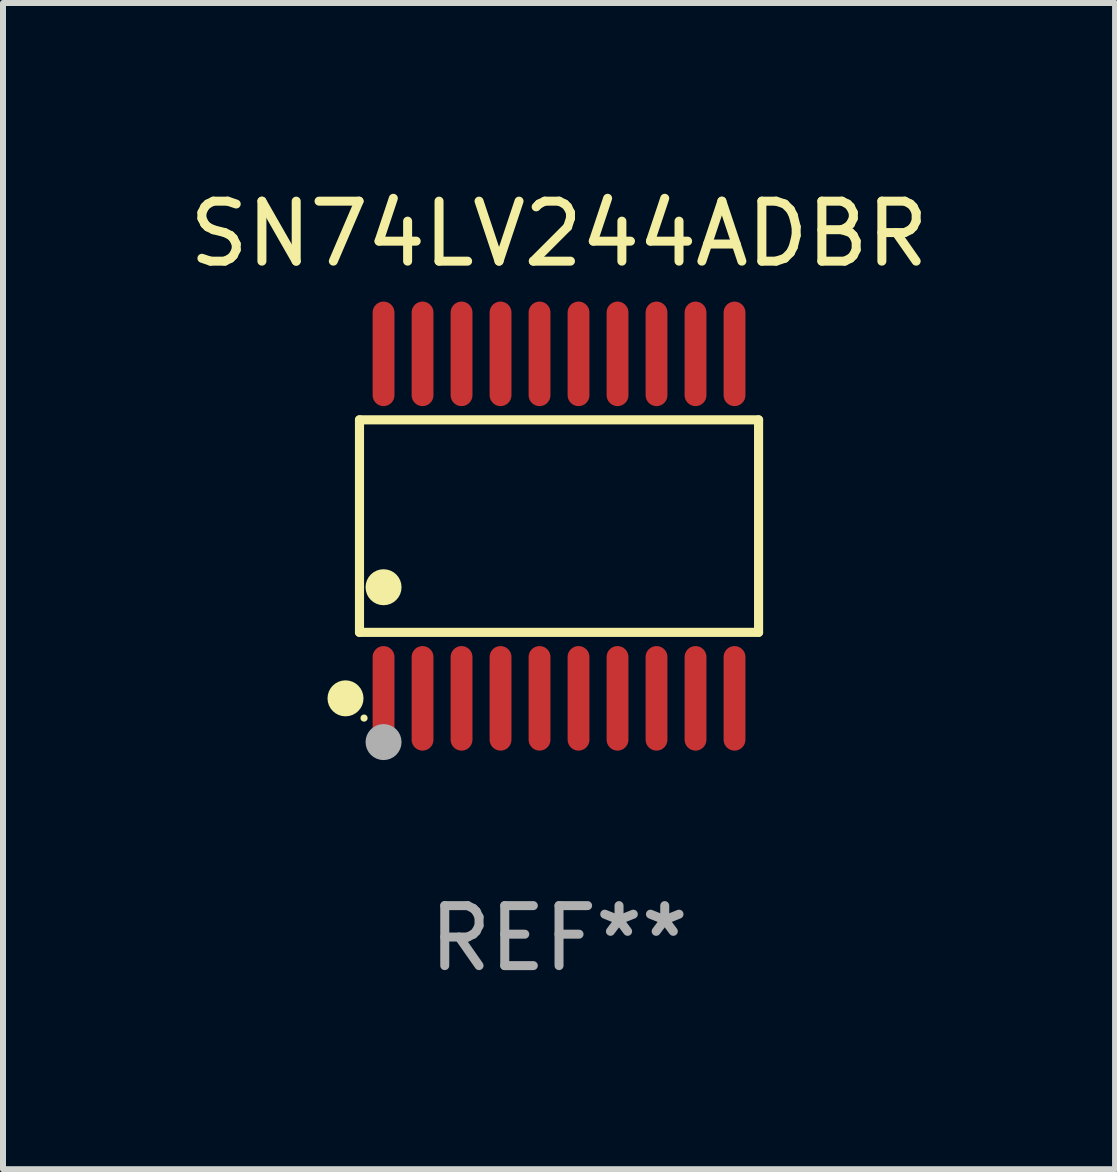
<source format=kicad_pcb>
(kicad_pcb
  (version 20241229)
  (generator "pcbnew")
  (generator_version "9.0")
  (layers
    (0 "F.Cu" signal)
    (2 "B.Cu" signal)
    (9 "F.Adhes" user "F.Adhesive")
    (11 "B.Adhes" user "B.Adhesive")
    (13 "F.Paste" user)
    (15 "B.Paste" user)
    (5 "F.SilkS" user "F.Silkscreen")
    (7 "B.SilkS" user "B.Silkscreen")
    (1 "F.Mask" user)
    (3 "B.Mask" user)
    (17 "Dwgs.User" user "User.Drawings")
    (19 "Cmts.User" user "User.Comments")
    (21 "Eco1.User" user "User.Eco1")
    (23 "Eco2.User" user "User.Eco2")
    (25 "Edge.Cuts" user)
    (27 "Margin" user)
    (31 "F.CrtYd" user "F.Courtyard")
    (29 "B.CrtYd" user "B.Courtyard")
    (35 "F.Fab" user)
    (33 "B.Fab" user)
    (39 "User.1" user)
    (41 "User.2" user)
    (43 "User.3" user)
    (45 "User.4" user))
  (footprint "SN74LV244ADBR"
    (layer "F.Cu")
    (at 6.268 5.719)
    (property "Reference" "SN74LV244ADBR" (at 0 -4.871 0) (layer "F.SilkS") (effects (font (size 1 1) (thickness 0.15))))
    (attr through_hole)
    (fp_line (start -3.326 -1.771) (end 3.326 -1.771) (stroke (width 0.152) (type solid)) (layer "F.SilkS"))
    (fp_line (start -3.326 1.771) (end -3.326 -1.771) (stroke (width 0.152) (type solid)) (layer "F.SilkS"))
    (fp_line (start 3.326 -1.771) (end 3.326 1.771) (stroke (width 0.152) (type solid)) (layer "F.SilkS"))
    (fp_line (start 3.326 1.771) (end -3.326 1.771) (stroke (width 0.152) (type solid)) (layer "F.SilkS"))
    (fp_circle (center -3.559 2.871) (end -3.409 2.871) (stroke (width 0.3) (type solid)) (fill no) (layer "F.SilkS"))
    (fp_circle (center -3.25 3.2) (end -3.22 3.2) (stroke (width 0.06) (type solid)) (fill no) (layer "F.SilkS"))
    (fp_circle (center -2.925 1.019) (end -2.775 1.019) (stroke (width 0.3) (type solid)) (fill no) (layer "F.SilkS"))
    (fp_circle (center -2.925 3.6) (end -2.775 3.6) (stroke (width 0.3) (type solid)) (fill no) (layer "F.Fab"))
    (fp_text user "REF**" (at 0 6.871 0) (layer "F.Fab") (effects (font (size 1 1) (thickness 0.15))))
    (pad "1" smd oval (at -2.925 2.871) (size 0.364 1.742) (layers "F.Cu" "F.Mask" "F.Paste"))
    (pad "2" smd oval (at -2.275 2.871) (size 0.364 1.742) (layers "F.Cu" "F.Mask" "F.Paste"))
    (pad "3" smd oval (at -1.625 2.871) (size 0.364 1.742) (layers "F.Cu" "F.Mask" "F.Paste"))
    (pad "4" smd oval (at -0.975 2.871) (size 0.364 1.742) (layers "F.Cu" "F.Mask" "F.Paste"))
    (pad "5" smd oval (at -0.325 2.871) (size 0.364 1.742) (layers "F.Cu" "F.Mask" "F.Paste"))
    (pad "6" smd oval (at 0.325 2.871) (size 0.364 1.742) (layers "F.Cu" "F.Mask" "F.Paste"))
    (pad "7" smd oval (at 0.975 2.871) (size 0.364 1.742) (layers "F.Cu" "F.Mask" "F.Paste"))
    (pad "8" smd oval (at 1.625 2.871) (size 0.364 1.742) (layers "F.Cu" "F.Mask" "F.Paste"))
    (pad "9" smd oval (at 2.275 2.871) (size 0.364 1.742) (layers "F.Cu" "F.Mask" "F.Paste"))
    (pad "10" smd oval (at 2.925 2.871) (size 0.364 1.742) (layers "F.Cu" "F.Mask" "F.Paste"))
    (pad "11" smd oval (at 2.925 -2.871) (size 0.364 1.742) (layers "F.Cu" "F.Mask" "F.Paste"))
    (pad "12" smd oval (at 2.275 -2.871) (size 0.364 1.742) (layers "F.Cu" "F.Mask" "F.Paste"))
    (pad "13" smd oval (at 1.625 -2.871) (size 0.364 1.742) (layers "F.Cu" "F.Mask" "F.Paste"))
    (pad "14" smd oval (at 0.975 -2.871) (size 0.364 1.742) (layers "F.Cu" "F.Mask" "F.Paste"))
    (pad "15" smd oval (at 0.325 -2.871) (size 0.364 1.742) (layers "F.Cu" "F.Mask" "F.Paste"))
    (pad "16" smd oval (at -0.325 -2.871) (size 0.364 1.742) (layers "F.Cu" "F.Mask" "F.Paste"))
    (pad "17" smd oval (at -0.975 -2.871) (size 0.364 1.742) (layers "F.Cu" "F.Mask" "F.Paste"))
    (pad "18" smd oval (at -1.625 -2.871) (size 0.364 1.742) (layers "F.Cu" "F.Mask" "F.Paste"))
    (pad "19" smd oval (at -2.275 -2.871) (size 0.364 1.742) (layers "F.Cu" "F.Mask" "F.Paste"))
    (pad "20" smd oval (at -2.925 -2.871) (size 0.364 1.742) (layers "F.Cu" "F.Mask" "F.Paste")))
  (gr_rect
    (start -3 -3)
    (end 15.536 16.438)
    (stroke (width 0.1) (type default))
    (fill no)
    (layer "Edge.Cuts")))
</source>
